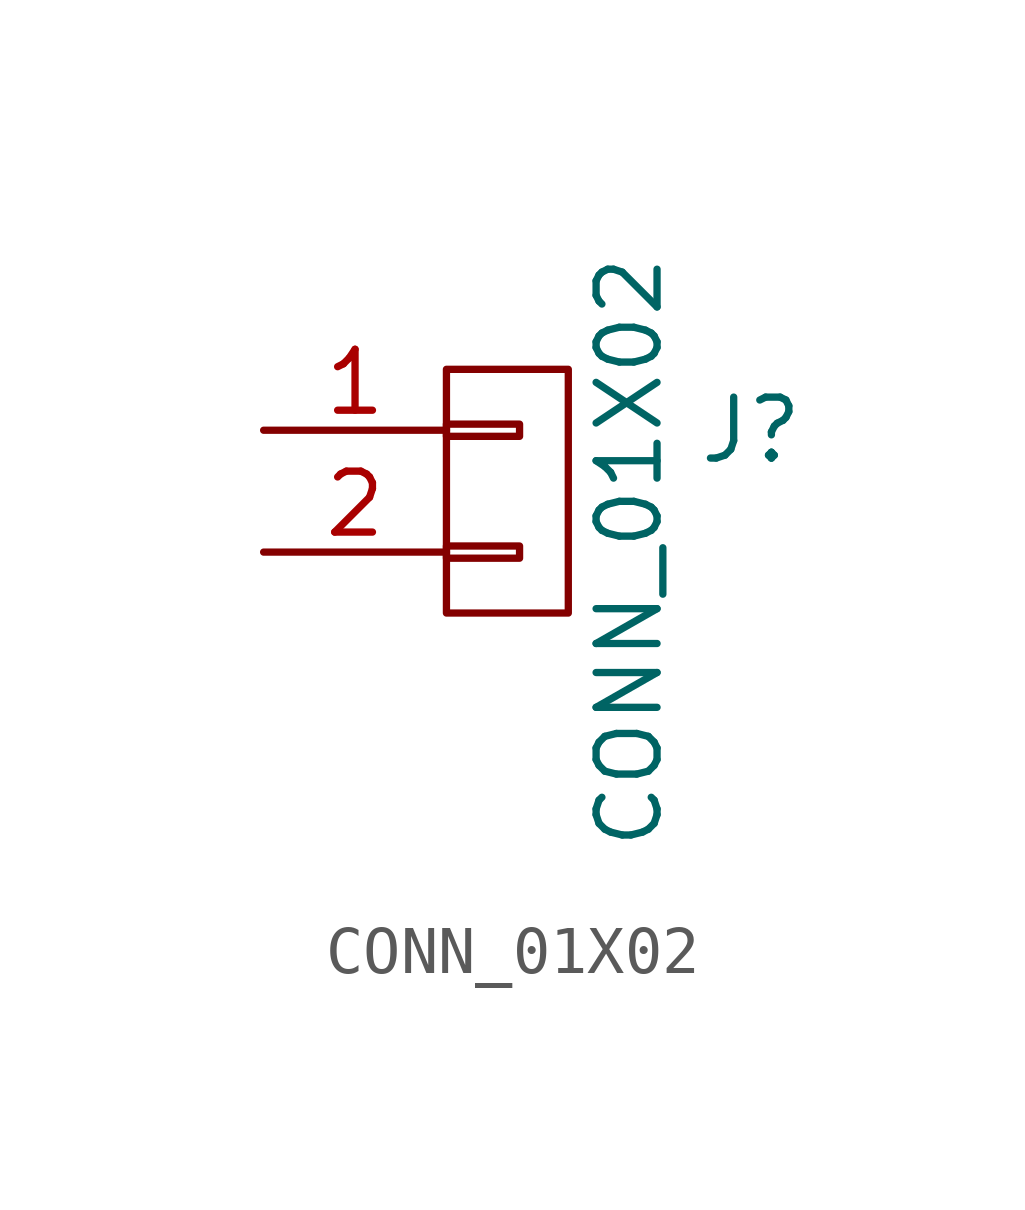
<source format=kicad_sym>
(kicad_symbol_lib
  (version 20211014)
  (generator kicad_symbol_editor)
  (symbol "CONN_01X02"
    (pin_names
      (offset 1.016) hide)
    (property "Reference" "J"
      (at 5.08 1.27 0)
      (effects (font (size 1.27 1.27))))
    (property "Value" "CONN_01X02"
      (at 2.54 -1.27 90)
      (effects (font (size 1.27 1.27))))
    (property "Footprint" ""
      (at 0 0 0)
      (effects (font (size 1.27 1.27))))
    (property "Datasheet" ""
      (at 0 0 0)
      (effects (font (size 1.27 1.27))))
    (symbol "CONN_01X02_0_1"
      (rectangle (start -1.27 -1.143) (end 0.254 -1.397) (stroke (width 0) (type default) (color 0 0 0 0)) (fill (type none)))
      (rectangle (start -1.27 1.397) (end 0.254 1.143) (stroke (width 0) (type default) (color 0 0 0 0)) (fill (type none)))
      (rectangle (start -1.27 2.54) (end 1.27 -2.54) (stroke (width 0) (type default) (color 0 0 0 0)) (fill (type none))))
    (symbol "CONN_01X02_1_1"
      (pin passive line (at -5.08 1.27 0) (length 3.81) (name "P1" (effects (font (size 1.27 1.27)))) (number "1" (effects (font (size 1.27 1.27)))))
      (pin passive line (at -5.08 -1.27 0) (length 3.81) (name "P2" (effects (font (size 1.27 1.27)))) (number "2" (effects (font (size 1.27 1.27))))))))
</source>
